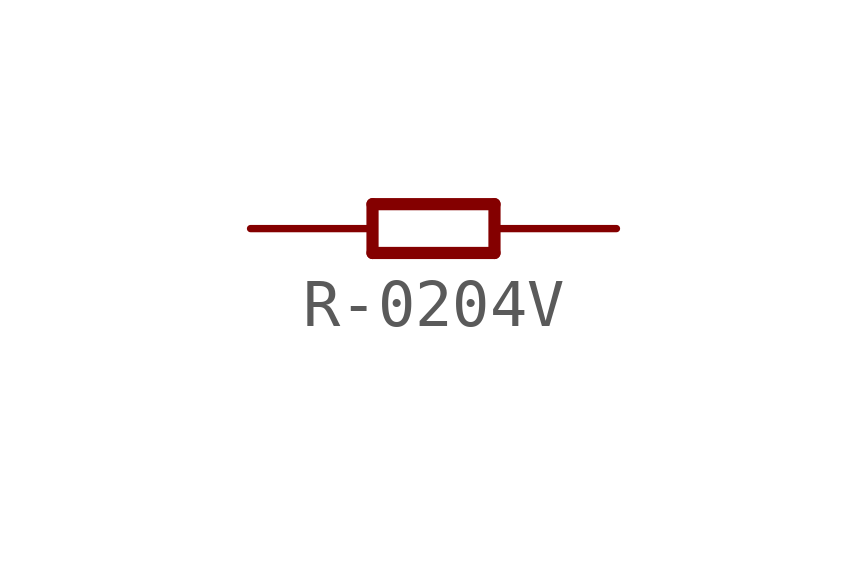
<source format=kicad_sym>
(kicad_symbol_lib
  (version 20220914)
  (generator kicad_symbol_editor)
  (symbol "R-0204V"
    (property "Reference" "R"
      (at -3.81 0 0)
      (effects (font (size 1.27 1.079)) (justify left bottom) hide))
    (property "ki_locked" ""
      (at 0 0 0)
      (effects (font (size 1.27 1.27))))
    (symbol "R-0204V_1_0"
      (polyline (pts (xy -1.27 -0.508) (xy -1.27 0.508)) (stroke (width 0.254) (type solid)) (fill (type none)))
      (polyline (pts (xy -1.27 0.508) (xy 1.27 0.508)) (stroke (width 0.254) (type solid)) (fill (type none)))
      (polyline (pts (xy 1.27 -0.508) (xy -1.27 -0.508)) (stroke (width 0.254) (type solid)) (fill (type none)))
      (polyline (pts (xy 1.27 0.508) (xy 1.27 -0.508)) (stroke (width 0.254) (type solid)) (fill (type none)))
      (pin passive line (at -3.81 0 0) (length 2.54) (name "1" (effects (font (size 0 0)))) (number "1" (effects (font (size 0 0)))))
      (pin passive line (at 3.81 0 180) (length 2.54) (name "2" (effects (font (size 0 0)))) (number "2" (effects (font (size 0 0))))))))
</source>
